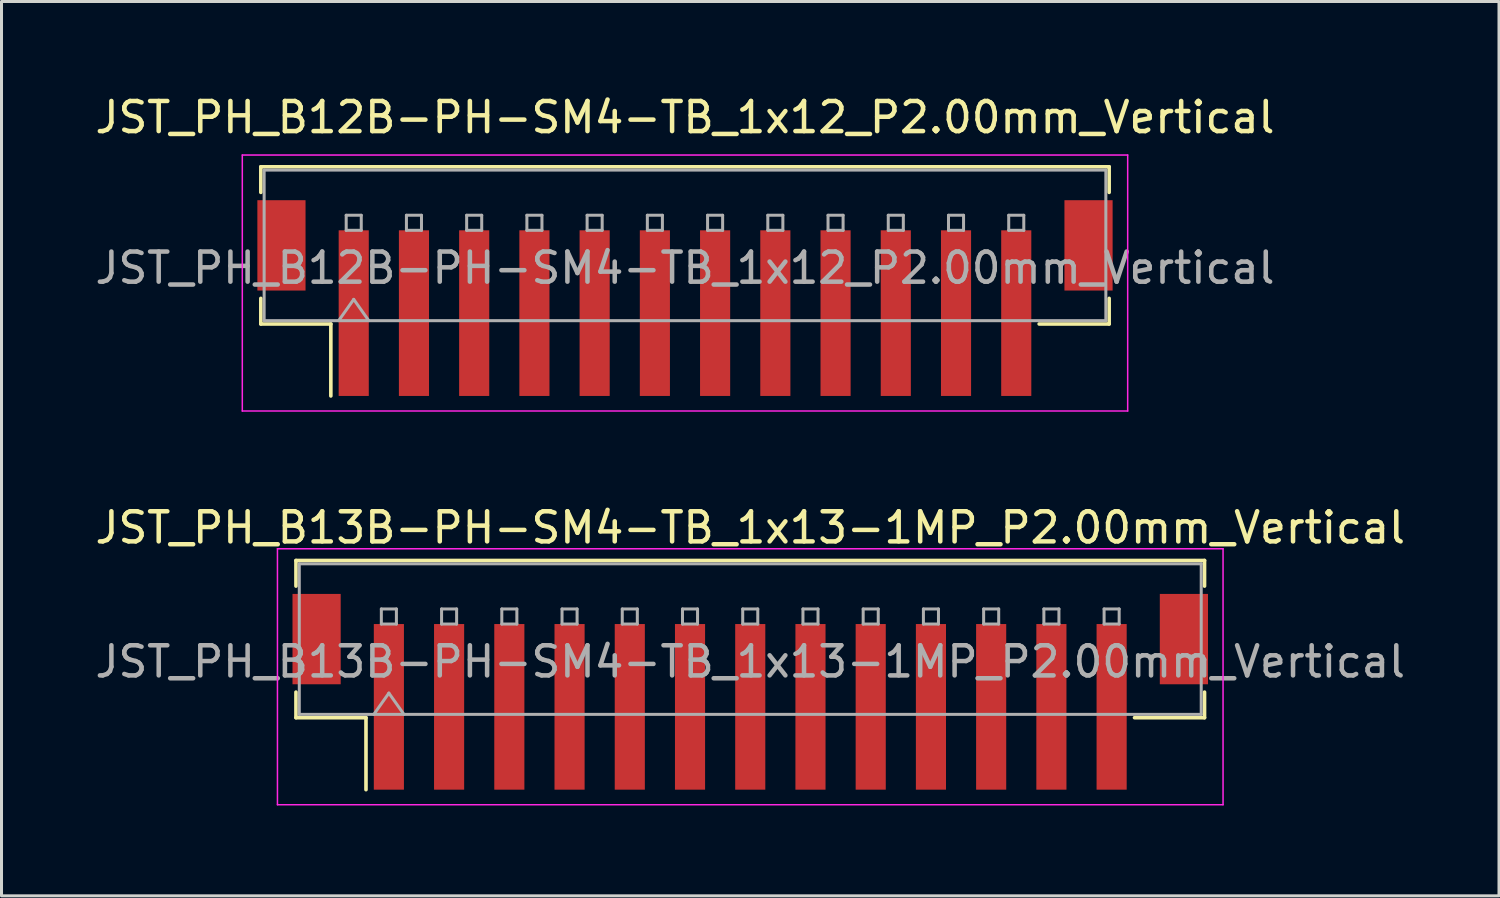
<source format=kicad_pcb>
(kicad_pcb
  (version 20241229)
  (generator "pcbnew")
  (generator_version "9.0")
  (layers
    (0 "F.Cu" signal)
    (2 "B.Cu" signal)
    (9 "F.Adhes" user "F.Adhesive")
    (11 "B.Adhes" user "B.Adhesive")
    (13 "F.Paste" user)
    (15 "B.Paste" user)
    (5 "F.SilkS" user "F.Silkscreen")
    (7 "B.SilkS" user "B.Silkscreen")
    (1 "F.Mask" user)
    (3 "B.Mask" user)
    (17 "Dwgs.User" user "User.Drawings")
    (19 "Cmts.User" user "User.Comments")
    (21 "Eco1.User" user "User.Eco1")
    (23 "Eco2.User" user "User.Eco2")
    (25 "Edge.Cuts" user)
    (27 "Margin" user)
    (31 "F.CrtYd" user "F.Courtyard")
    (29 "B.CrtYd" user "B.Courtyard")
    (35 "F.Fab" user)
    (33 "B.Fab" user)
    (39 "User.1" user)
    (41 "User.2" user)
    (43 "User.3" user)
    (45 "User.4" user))
  (footprint "JST_PH_B13B-PH-SM4-TB_1x13-1MP_P2.00mm_Vertical"
    (layer "F.Cu")
    (at 21.863 19.922)
    (property "Reference" "JST_PH_B13B-PH-SM4-TB_1x13-1MP_P2.00mm_Vertical" (at 0 -5.45 0) (layer "F.SilkS") (effects (font (size 1 1) (thickness 0.15))))
    (attr smd)
    (fp_line (start -15.085 -4.36) (end 15.085 -4.36) (stroke (width 0.12) (type solid)) (layer "F.SilkS"))
    (fp_line (start -15.085 -3.51) (end -15.085 -4.36) (stroke (width 0.12) (type solid)) (layer "F.SilkS"))
    (fp_line (start -15.085 0.01) (end -15.085 0.86) (stroke (width 0.12) (type solid)) (layer "F.SilkS"))
    (fp_line (start -15.085 0.86) (end -12.76 0.86) (stroke (width 0.12) (type solid)) (layer "F.SilkS"))
    (fp_line (start -12.76 0.86) (end -12.76 3.25) (stroke (width 0.12) (type solid)) (layer "F.SilkS"))
    (fp_line (start 15.085 -4.36) (end 15.085 -3.51) (stroke (width 0.12) (type solid)) (layer "F.SilkS"))
    (fp_line (start 15.085 0.01) (end 15.085 0.86) (stroke (width 0.12) (type solid)) (layer "F.SilkS"))
    (fp_line (start 15.085 0.86) (end 12.76 0.86) (stroke (width 0.12) (type solid)) (layer "F.SilkS"))
    (fp_line (start -15.7 -4.75) (end -15.7 3.75) (stroke (width 0.05) (type solid)) (layer "F.CrtYd"))
    (fp_line (start -15.7 3.75) (end 15.7 3.75) (stroke (width 0.05) (type solid)) (layer "F.CrtYd"))
    (fp_line (start 15.7 -4.75) (end -15.7 -4.75) (stroke (width 0.05) (type solid)) (layer "F.CrtYd"))
    (fp_line (start 15.7 3.75) (end 15.7 -4.75) (stroke (width 0.05) (type solid)) (layer "F.CrtYd"))
    (fp_line (start -14.975 -4.25) (end 14.975 -4.25) (stroke (width 0.1) (type solid)) (layer "F.Fab"))
    (fp_line (start -14.975 0.75) (end -14.975 -4.25) (stroke (width 0.1) (type solid)) (layer "F.Fab"))
    (fp_line (start -14.975 0.75) (end 14.975 0.75) (stroke (width 0.1) (type solid)) (layer "F.Fab"))
    (fp_line (start -12.5 0.75) (end -12 0.043) (stroke (width 0.1) (type solid)) (layer "F.Fab"))
    (fp_line (start -12.25 -2.75) (end -12.25 -2.25) (stroke (width 0.1) (type solid)) (layer "F.Fab"))
    (fp_line (start -12.25 -2.25) (end -11.75 -2.25) (stroke (width 0.1) (type solid)) (layer "F.Fab"))
    (fp_line (start -12 0.043) (end -11.5 0.75) (stroke (width 0.1) (type solid)) (layer "F.Fab"))
    (fp_line (start -11.75 -2.75) (end -12.25 -2.75) (stroke (width 0.1) (type solid)) (layer "F.Fab"))
    (fp_line (start -11.75 -2.25) (end -11.75 -2.75) (stroke (width 0.1) (type solid)) (layer "F.Fab"))
    (fp_line (start -10.25 -2.75) (end -10.25 -2.25) (stroke (width 0.1) (type solid)) (layer "F.Fab"))
    (fp_line (start -10.25 -2.25) (end -9.75 -2.25) (stroke (width 0.1) (type solid)) (layer "F.Fab"))
    (fp_line (start -9.75 -2.75) (end -10.25 -2.75) (stroke (width 0.1) (type solid)) (layer "F.Fab"))
    (fp_line (start -9.75 -2.25) (end -9.75 -2.75) (stroke (width 0.1) (type solid)) (layer "F.Fab"))
    (fp_line (start -8.25 -2.75) (end -8.25 -2.25) (stroke (width 0.1) (type solid)) (layer "F.Fab"))
    (fp_line (start -8.25 -2.25) (end -7.75 -2.25) (stroke (width 0.1) (type solid)) (layer "F.Fab"))
    (fp_line (start -7.75 -2.75) (end -8.25 -2.75) (stroke (width 0.1) (type solid)) (layer "F.Fab"))
    (fp_line (start -7.75 -2.25) (end -7.75 -2.75) (stroke (width 0.1) (type solid)) (layer "F.Fab"))
    (fp_line (start -6.25 -2.75) (end -6.25 -2.25) (stroke (width 0.1) (type solid)) (layer "F.Fab"))
    (fp_line (start -6.25 -2.25) (end -5.75 -2.25) (stroke (width 0.1) (type solid)) (layer "F.Fab"))
    (fp_line (start -5.75 -2.75) (end -6.25 -2.75) (stroke (width 0.1) (type solid)) (layer "F.Fab"))
    (fp_line (start -5.75 -2.25) (end -5.75 -2.75) (stroke (width 0.1) (type solid)) (layer "F.Fab"))
    (fp_line (start -4.25 -2.75) (end -4.25 -2.25) (stroke (width 0.1) (type solid)) (layer "F.Fab"))
    (fp_line (start -4.25 -2.25) (end -3.75 -2.25) (stroke (width 0.1) (type solid)) (layer "F.Fab"))
    (fp_line (start -3.75 -2.75) (end -4.25 -2.75) (stroke (width 0.1) (type solid)) (layer "F.Fab"))
    (fp_line (start -3.75 -2.25) (end -3.75 -2.75) (stroke (width 0.1) (type solid)) (layer "F.Fab"))
    (fp_line (start -2.25 -2.75) (end -2.25 -2.25) (stroke (width 0.1) (type solid)) (layer "F.Fab"))
    (fp_line (start -2.25 -2.25) (end -1.75 -2.25) (stroke (width 0.1) (type solid)) (layer "F.Fab"))
    (fp_line (start -1.75 -2.75) (end -2.25 -2.75) (stroke (width 0.1) (type solid)) (layer "F.Fab"))
    (fp_line (start -1.75 -2.25) (end -1.75 -2.75) (stroke (width 0.1) (type solid)) (layer "F.Fab"))
    (fp_line (start -0.25 -2.75) (end -0.25 -2.25) (stroke (width 0.1) (type solid)) (layer "F.Fab"))
    (fp_line (start -0.25 -2.25) (end 0.25 -2.25) (stroke (width 0.1) (type solid)) (layer "F.Fab"))
    (fp_line (start 0.25 -2.75) (end -0.25 -2.75) (stroke (width 0.1) (type solid)) (layer "F.Fab"))
    (fp_line (start 0.25 -2.25) (end 0.25 -2.75) (stroke (width 0.1) (type solid)) (layer "F.Fab"))
    (fp_line (start 1.75 -2.75) (end 1.75 -2.25) (stroke (width 0.1) (type solid)) (layer "F.Fab"))
    (fp_line (start 1.75 -2.25) (end 2.25 -2.25) (stroke (width 0.1) (type solid)) (layer "F.Fab"))
    (fp_line (start 2.25 -2.75) (end 1.75 -2.75) (stroke (width 0.1) (type solid)) (layer "F.Fab"))
    (fp_line (start 2.25 -2.25) (end 2.25 -2.75) (stroke (width 0.1) (type solid)) (layer "F.Fab"))
    (fp_line (start 3.75 -2.75) (end 3.75 -2.25) (stroke (width 0.1) (type solid)) (layer "F.Fab"))
    (fp_line (start 3.75 -2.25) (end 4.25 -2.25) (stroke (width 0.1) (type solid)) (layer "F.Fab"))
    (fp_line (start 4.25 -2.75) (end 3.75 -2.75) (stroke (width 0.1) (type solid)) (layer "F.Fab"))
    (fp_line (start 4.25 -2.25) (end 4.25 -2.75) (stroke (width 0.1) (type solid)) (layer "F.Fab"))
    (fp_line (start 5.75 -2.75) (end 5.75 -2.25) (stroke (width 0.1) (type solid)) (layer "F.Fab"))
    (fp_line (start 5.75 -2.25) (end 6.25 -2.25) (stroke (width 0.1) (type solid)) (layer "F.Fab"))
    (fp_line (start 6.25 -2.75) (end 5.75 -2.75) (stroke (width 0.1) (type solid)) (layer "F.Fab"))
    (fp_line (start 6.25 -2.25) (end 6.25 -2.75) (stroke (width 0.1) (type solid)) (layer "F.Fab"))
    (fp_line (start 7.75 -2.75) (end 7.75 -2.25) (stroke (width 0.1) (type solid)) (layer "F.Fab"))
    (fp_line (start 7.75 -2.25) (end 8.25 -2.25) (stroke (width 0.1) (type solid)) (layer "F.Fab"))
    (fp_line (start 8.25 -2.75) (end 7.75 -2.75) (stroke (width 0.1) (type solid)) (layer "F.Fab"))
    (fp_line (start 8.25 -2.25) (end 8.25 -2.75) (stroke (width 0.1) (type solid)) (layer "F.Fab"))
    (fp_line (start 9.75 -2.75) (end 9.75 -2.25) (stroke (width 0.1) (type solid)) (layer "F.Fab"))
    (fp_line (start 9.75 -2.25) (end 10.25 -2.25) (stroke (width 0.1) (type solid)) (layer "F.Fab"))
    (fp_line (start 10.25 -2.75) (end 9.75 -2.75) (stroke (width 0.1) (type solid)) (layer "F.Fab"))
    (fp_line (start 10.25 -2.25) (end 10.25 -2.75) (stroke (width 0.1) (type solid)) (layer "F.Fab"))
    (fp_line (start 11.75 -2.75) (end 11.75 -2.25) (stroke (width 0.1) (type solid)) (layer "F.Fab"))
    (fp_line (start 11.75 -2.25) (end 12.25 -2.25) (stroke (width 0.1) (type solid)) (layer "F.Fab"))
    (fp_line (start 12.25 -2.75) (end 11.75 -2.75) (stroke (width 0.1) (type solid)) (layer "F.Fab"))
    (fp_line (start 12.25 -2.25) (end 12.25 -2.75) (stroke (width 0.1) (type solid)) (layer "F.Fab"))
    (fp_line (start 14.975 0.75) (end 14.975 -4.25) (stroke (width 0.1) (type solid)) (layer "F.Fab"))
    (fp_text user "${REFERENCE}" (at 0 -1 0) (layer "F.Fab") (effects (font (size 1 1) (thickness 0.15))))
    (pad "1" smd rect (at -12 0.5) (size 1 5.5) (layers "F.Cu" "F.Mask" "F.Paste"))
    (pad "2" smd rect (at -10 0.5) (size 1 5.5) (layers "F.Cu" "F.Mask" "F.Paste"))
    (pad "3" smd rect (at -8 0.5) (size 1 5.5) (layers "F.Cu" "F.Mask" "F.Paste"))
    (pad "4" smd rect (at -6 0.5) (size 1 5.5) (layers "F.Cu" "F.Mask" "F.Paste"))
    (pad "5" smd rect (at -4 0.5) (size 1 5.5) (layers "F.Cu" "F.Mask" "F.Paste"))
    (pad "6" smd rect (at -2 0.5) (size 1 5.5) (layers "F.Cu" "F.Mask" "F.Paste"))
    (pad "7" smd rect (at 0 0.5) (size 1 5.5) (layers "F.Cu" "F.Mask" "F.Paste"))
    (pad "8" smd rect (at 2 0.5) (size 1 5.5) (layers "F.Cu" "F.Mask" "F.Paste"))
    (pad "9" smd rect (at 4 0.5) (size 1 5.5) (layers "F.Cu" "F.Mask" "F.Paste"))
    (pad "10" smd rect (at 6 0.5) (size 1 5.5) (layers "F.Cu" "F.Mask" "F.Paste"))
    (pad "11" smd rect (at 8 0.5) (size 1 5.5) (layers "F.Cu" "F.Mask" "F.Paste"))
    (pad "12" smd rect (at 10 0.5) (size 1 5.5) (layers "F.Cu" "F.Mask" "F.Paste"))
    (pad "13" smd rect (at 12 0.5) (size 1 5.5) (layers "F.Cu" "F.Mask" "F.Paste"))
    (pad "MP" smd rect (at -14.4 -1.75) (size 1.6 3) (layers "F.Cu" "F.Mask" "F.Paste"))
    (pad "MP" smd rect (at 14.4 -1.75) (size 1.6 3) (layers "F.Cu" "F.Mask" "F.Paste")))
  (footprint "JST_PH_B12B-PH-SM4-TB_1x12_P2.00mm_Vertical"
    (layer "F.Cu")
    (at 19.696 6.848)
    (property "Reference" "JST_PH_B12B-PH-SM4-TB_1x12_P2.00mm_Vertical" (at 0 -6 0) (layer "F.SilkS") (effects (font (size 1 1) (thickness 0.15))))
    (attr smd)
    (fp_line (start -14.085 -4.36) (end 14.085 -4.36) (stroke (width 0.12) (type solid)) (layer "F.SilkS"))
    (fp_line (start -14.085 -3.51) (end -14.085 -4.36) (stroke (width 0.12) (type solid)) (layer "F.SilkS"))
    (fp_line (start -14.085 0.01) (end -14.085 0.86) (stroke (width 0.12) (type solid)) (layer "F.SilkS"))
    (fp_line (start -14.085 0.86) (end -11.76 0.86) (stroke (width 0.12) (type solid)) (layer "F.SilkS"))
    (fp_line (start -11.76 0.86) (end -11.76 3.25) (stroke (width 0.12) (type solid)) (layer "F.SilkS"))
    (fp_line (start 14.085 -4.36) (end 14.085 -3.51) (stroke (width 0.12) (type solid)) (layer "F.SilkS"))
    (fp_line (start 14.085 0.01) (end 14.085 0.86) (stroke (width 0.12) (type solid)) (layer "F.SilkS"))
    (fp_line (start 14.085 0.86) (end 11.76 0.86) (stroke (width 0.12) (type solid)) (layer "F.SilkS"))
    (fp_line (start -14.7 -4.75) (end -14.7 3.75) (stroke (width 0.05) (type solid)) (layer "F.CrtYd"))
    (fp_line (start -14.7 3.75) (end 14.7 3.75) (stroke (width 0.05) (type solid)) (layer "F.CrtYd"))
    (fp_line (start 14.7 -4.75) (end -14.7 -4.75) (stroke (width 0.05) (type solid)) (layer "F.CrtYd"))
    (fp_line (start 14.7 3.75) (end 14.7 -4.75) (stroke (width 0.05) (type solid)) (layer "F.CrtYd"))
    (fp_line (start -13.975 -4.25) (end 13.975 -4.25) (stroke (width 0.1) (type solid)) (layer "F.Fab"))
    (fp_line (start -13.975 0.75) (end -13.975 -4.25) (stroke (width 0.1) (type solid)) (layer "F.Fab"))
    (fp_line (start -13.975 0.75) (end 13.975 0.75) (stroke (width 0.1) (type solid)) (layer "F.Fab"))
    (fp_line (start -11.5 0.75) (end -11 0.043) (stroke (width 0.1) (type solid)) (layer "F.Fab"))
    (fp_line (start -11.25 -2.75) (end -11.25 -2.25) (stroke (width 0.1) (type solid)) (layer "F.Fab"))
    (fp_line (start -11.25 -2.25) (end -10.75 -2.25) (stroke (width 0.1) (type solid)) (layer "F.Fab"))
    (fp_line (start -11 0.043) (end -10.5 0.75) (stroke (width 0.1) (type solid)) (layer "F.Fab"))
    (fp_line (start -10.75 -2.75) (end -11.25 -2.75) (stroke (width 0.1) (type solid)) (layer "F.Fab"))
    (fp_line (start -10.75 -2.25) (end -10.75 -2.75) (stroke (width 0.1) (type solid)) (layer "F.Fab"))
    (fp_line (start -9.25 -2.75) (end -9.25 -2.25) (stroke (width 0.1) (type solid)) (layer "F.Fab"))
    (fp_line (start -9.25 -2.25) (end -8.75 -2.25) (stroke (width 0.1) (type solid)) (layer "F.Fab"))
    (fp_line (start -8.75 -2.75) (end -9.25 -2.75) (stroke (width 0.1) (type solid)) (layer "F.Fab"))
    (fp_line (start -8.75 -2.25) (end -8.75 -2.75) (stroke (width 0.1) (type solid)) (layer "F.Fab"))
    (fp_line (start -7.25 -2.75) (end -7.25 -2.25) (stroke (width 0.1) (type solid)) (layer "F.Fab"))
    (fp_line (start -7.25 -2.25) (end -6.75 -2.25) (stroke (width 0.1) (type solid)) (layer "F.Fab"))
    (fp_line (start -6.75 -2.75) (end -7.25 -2.75) (stroke (width 0.1) (type solid)) (layer "F.Fab"))
    (fp_line (start -6.75 -2.25) (end -6.75 -2.75) (stroke (width 0.1) (type solid)) (layer "F.Fab"))
    (fp_line (start -5.25 -2.75) (end -5.25 -2.25) (stroke (width 0.1) (type solid)) (layer "F.Fab"))
    (fp_line (start -5.25 -2.25) (end -4.75 -2.25) (stroke (width 0.1) (type solid)) (layer "F.Fab"))
    (fp_line (start -4.75 -2.75) (end -5.25 -2.75) (stroke (width 0.1) (type solid)) (layer "F.Fab"))
    (fp_line (start -4.75 -2.25) (end -4.75 -2.75) (stroke (width 0.1) (type solid)) (layer "F.Fab"))
    (fp_line (start -3.25 -2.75) (end -3.25 -2.25) (stroke (width 0.1) (type solid)) (layer "F.Fab"))
    (fp_line (start -3.25 -2.25) (end -2.75 -2.25) (stroke (width 0.1) (type solid)) (layer "F.Fab"))
    (fp_line (start -2.75 -2.75) (end -3.25 -2.75) (stroke (width 0.1) (type solid)) (layer "F.Fab"))
    (fp_line (start -2.75 -2.25) (end -2.75 -2.75) (stroke (width 0.1) (type solid)) (layer "F.Fab"))
    (fp_line (start -1.25 -2.75) (end -1.25 -2.25) (stroke (width 0.1) (type solid)) (layer "F.Fab"))
    (fp_line (start -1.25 -2.25) (end -0.75 -2.25) (stroke (width 0.1) (type solid)) (layer "F.Fab"))
    (fp_line (start -0.75 -2.75) (end -1.25 -2.75) (stroke (width 0.1) (type solid)) (layer "F.Fab"))
    (fp_line (start -0.75 -2.25) (end -0.75 -2.75) (stroke (width 0.1) (type solid)) (layer "F.Fab"))
    (fp_line (start 0.75 -2.75) (end 0.75 -2.25) (stroke (width 0.1) (type solid)) (layer "F.Fab"))
    (fp_line (start 0.75 -2.25) (end 1.25 -2.25) (stroke (width 0.1) (type solid)) (layer "F.Fab"))
    (fp_line (start 1.25 -2.75) (end 0.75 -2.75) (stroke (width 0.1) (type solid)) (layer "F.Fab"))
    (fp_line (start 1.25 -2.25) (end 1.25 -2.75) (stroke (width 0.1) (type solid)) (layer "F.Fab"))
    (fp_line (start 2.75 -2.75) (end 2.75 -2.25) (stroke (width 0.1) (type solid)) (layer "F.Fab"))
    (fp_line (start 2.75 -2.25) (end 3.25 -2.25) (stroke (width 0.1) (type solid)) (layer "F.Fab"))
    (fp_line (start 3.25 -2.75) (end 2.75 -2.75) (stroke (width 0.1) (type solid)) (layer "F.Fab"))
    (fp_line (start 3.25 -2.25) (end 3.25 -2.75) (stroke (width 0.1) (type solid)) (layer "F.Fab"))
    (fp_line (start 4.75 -2.75) (end 4.75 -2.25) (stroke (width 0.1) (type solid)) (layer "F.Fab"))
    (fp_line (start 4.75 -2.25) (end 5.25 -2.25) (stroke (width 0.1) (type solid)) (layer "F.Fab"))
    (fp_line (start 5.25 -2.75) (end 4.75 -2.75) (stroke (width 0.1) (type solid)) (layer "F.Fab"))
    (fp_line (start 5.25 -2.25) (end 5.25 -2.75) (stroke (width 0.1) (type solid)) (layer "F.Fab"))
    (fp_line (start 6.75 -2.75) (end 6.75 -2.25) (stroke (width 0.1) (type solid)) (layer "F.Fab"))
    (fp_line (start 6.75 -2.25) (end 7.25 -2.25) (stroke (width 0.1) (type solid)) (layer "F.Fab"))
    (fp_line (start 7.25 -2.75) (end 6.75 -2.75) (stroke (width 0.1) (type solid)) (layer "F.Fab"))
    (fp_line (start 7.25 -2.25) (end 7.25 -2.75) (stroke (width 0.1) (type solid)) (layer "F.Fab"))
    (fp_line (start 8.75 -2.75) (end 8.75 -2.25) (stroke (width 0.1) (type solid)) (layer "F.Fab"))
    (fp_line (start 8.75 -2.25) (end 9.25 -2.25) (stroke (width 0.1) (type solid)) (layer "F.Fab"))
    (fp_line (start 9.25 -2.75) (end 8.75 -2.75) (stroke (width 0.1) (type solid)) (layer "F.Fab"))
    (fp_line (start 9.25 -2.25) (end 9.25 -2.75) (stroke (width 0.1) (type solid)) (layer "F.Fab"))
    (fp_line (start 10.75 -2.75) (end 10.75 -2.25) (stroke (width 0.1) (type solid)) (layer "F.Fab"))
    (fp_line (start 10.75 -2.25) (end 11.25 -2.25) (stroke (width 0.1) (type solid)) (layer "F.Fab"))
    (fp_line (start 11.25 -2.75) (end 10.75 -2.75) (stroke (width 0.1) (type solid)) (layer "F.Fab"))
    (fp_line (start 11.25 -2.25) (end 11.25 -2.75) (stroke (width 0.1) (type solid)) (layer "F.Fab"))
    (fp_line (start 13.975 0.75) (end 13.975 -4.25) (stroke (width 0.1) (type solid)) (layer "F.Fab"))
    (fp_text user "${REFERENCE}" (at 0 -1 0) (layer "F.Fab") (effects (font (size 1 1) (thickness 0.15))))
    (pad "" smd rect (at -13.4 -1.75) (size 1.6 3) (layers "F.Cu" "F.Mask" "F.Paste"))
    (pad "" smd rect (at 13.4 -1.75) (size 1.6 3) (layers "F.Cu" "F.Mask" "F.Paste"))
    (pad "1" smd rect (at -11 0.5) (size 1 5.5) (layers "F.Cu" "F.Mask" "F.Paste"))
    (pad "2" smd rect (at -9 0.5) (size 1 5.5) (layers "F.Cu" "F.Mask" "F.Paste"))
    (pad "3" smd rect (at -7 0.5) (size 1 5.5) (layers "F.Cu" "F.Mask" "F.Paste"))
    (pad "4" smd rect (at -5 0.5) (size 1 5.5) (layers "F.Cu" "F.Mask" "F.Paste"))
    (pad "5" smd rect (at -3 0.5) (size 1 5.5) (layers "F.Cu" "F.Mask" "F.Paste"))
    (pad "6" smd rect (at -1 0.5) (size 1 5.5) (layers "F.Cu" "F.Mask" "F.Paste"))
    (pad "7" smd rect (at 1 0.5) (size 1 5.5) (layers "F.Cu" "F.Mask" "F.Paste"))
    (pad "8" smd rect (at 3 0.5) (size 1 5.5) (layers "F.Cu" "F.Mask" "F.Paste"))
    (pad "9" smd rect (at 5 0.5) (size 1 5.5) (layers "F.Cu" "F.Mask" "F.Paste"))
    (pad "10" smd rect (at 7 0.5) (size 1 5.5) (layers "F.Cu" "F.Mask" "F.Paste"))
    (pad "11" smd rect (at 9 0.5) (size 1 5.5) (layers "F.Cu" "F.Mask" "F.Paste"))
    (pad "12" smd rect (at 11 0.5) (size 1 5.5) (layers "F.Cu" "F.Mask" "F.Paste")))
  (gr_rect
    (start -3 -3)
    (end 46.726 26.697)
    (stroke (width 0.1) (type default))
    (fill no)
    (layer "Edge.Cuts")))
</source>
